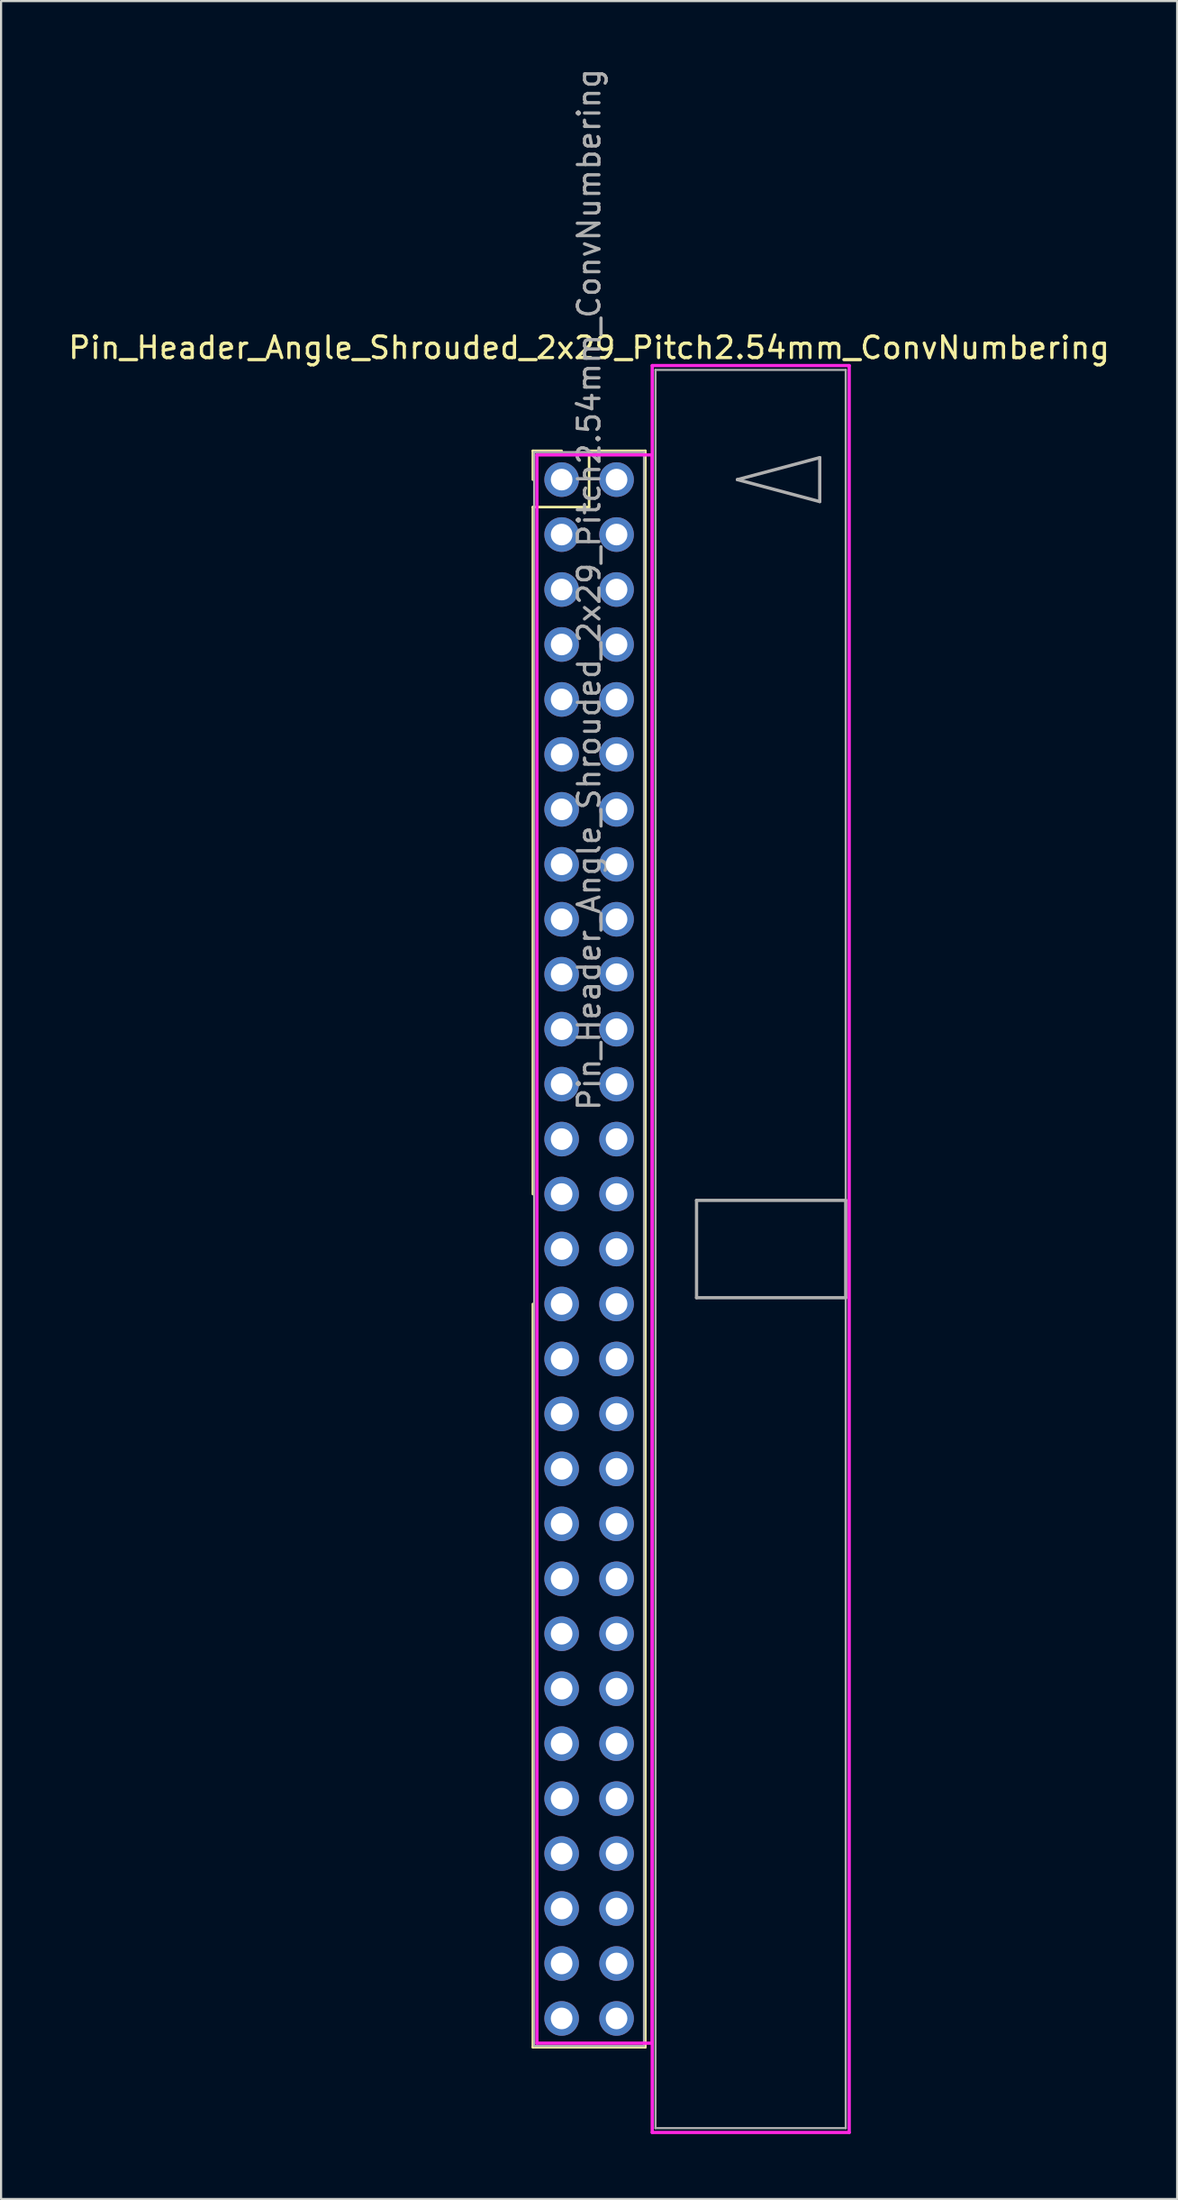
<source format=kicad_pcb>
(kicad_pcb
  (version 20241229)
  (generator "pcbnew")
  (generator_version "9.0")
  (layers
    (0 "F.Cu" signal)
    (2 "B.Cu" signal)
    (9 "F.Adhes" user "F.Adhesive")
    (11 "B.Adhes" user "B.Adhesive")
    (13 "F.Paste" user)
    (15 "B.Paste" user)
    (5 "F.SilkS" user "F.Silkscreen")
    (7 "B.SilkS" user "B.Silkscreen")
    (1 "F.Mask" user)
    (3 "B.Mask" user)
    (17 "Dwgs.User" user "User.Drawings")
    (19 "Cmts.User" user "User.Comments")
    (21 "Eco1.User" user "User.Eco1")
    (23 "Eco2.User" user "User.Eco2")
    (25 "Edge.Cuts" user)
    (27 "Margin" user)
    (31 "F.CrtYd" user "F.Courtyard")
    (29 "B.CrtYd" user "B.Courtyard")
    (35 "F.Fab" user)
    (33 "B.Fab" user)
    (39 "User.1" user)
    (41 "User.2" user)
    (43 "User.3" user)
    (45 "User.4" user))
  (footprint "Pin_Header_Angle_Shrouded_2x29_Pitch2.54mm_ConvNumbering"
    (layer "F.Cu")
    (at 22.926 19.116)
    (property "Reference" "Pin_Header_Angle_Shrouded_2x29_Pitch2.54mm_ConvNumbering" (at 1.27 -6.096 0) (layer "F.SilkS") (effects (font (size 1 1) (thickness 0.15))))
    (attr through_hole)
    (fp_line (start -1.33 -1.33) (end 0 -1.33) (stroke (width 0.12) (type solid)) (layer "F.SilkS"))
    (fp_line (start -1.33 0) (end -1.33 -1.33) (stroke (width 0.12) (type solid)) (layer "F.SilkS"))
    (fp_line (start -1.33 1.27) (end -1.33 33.02) (stroke (width 0.12) (type solid)) (layer "F.SilkS"))
    (fp_line (start -1.33 1.27) (end 1.27 1.27) (stroke (width 0.12) (type solid)) (layer "F.SilkS"))
    (fp_line (start -1.33 38.1) (end -1.33 72.45) (stroke (width 0.12) (type solid)) (layer "F.SilkS"))
    (fp_line (start -1.33 72.45) (end 3.87 72.45) (stroke (width 0.12) (type solid)) (layer "F.SilkS"))
    (fp_line (start 1.27 -1.33) (end 3.87 -1.33) (stroke (width 0.12) (type solid)) (layer "F.SilkS"))
    (fp_line (start 1.27 1.27) (end 1.27 -1.33) (stroke (width 0.12) (type solid)) (layer "F.SilkS"))
    (fp_line (start 3.87 -1.33) (end 3.87 72.45) (stroke (width 0.12) (type solid)) (layer "F.SilkS"))
    (fp_line (start -1.143 -1.143) (end -1.143 72.263) (stroke (width 0.15) (type solid)) (layer "F.CrtYd"))
    (fp_line (start -1.143 72.263) (end 4.19 72.263) (stroke (width 0.15) (type solid)) (layer "F.CrtYd"))
    (fp_line (start 4.19 -5.27) (end 4.19 76.39) (stroke (width 0.15) (type solid)) (layer "F.CrtYd"))
    (fp_line (start 4.19 -1.143) (end -1.143 -1.143) (stroke (width 0.15) (type solid)) (layer "F.CrtYd"))
    (fp_line (start 4.19 72.263) (end 4.19 -1.143) (stroke (width 0.15) (type solid)) (layer "F.CrtYd"))
    (fp_line (start 4.19 76.39) (end 13.3 76.39) (stroke (width 0.15) (type solid)) (layer "F.CrtYd"))
    (fp_line (start 13.3 -5.27) (end 4.19 -5.27) (stroke (width 0.15) (type solid)) (layer "F.CrtYd"))
    (fp_line (start 13.3 76.39) (end 13.3 -5.27) (stroke (width 0.15) (type solid)) (layer "F.CrtYd"))
    (fp_line (start -1.27 -1.27) (end -1.27 72.39) (stroke (width 0.1) (type solid)) (layer "F.Fab"))
    (fp_line (start -1.27 72.39) (end 3.81 72.39) (stroke (width 0.1) (type solid)) (layer "F.Fab"))
    (fp_line (start 3.81 -1.27) (end -1.27 -1.27) (stroke (width 0.1) (type solid)) (layer "F.Fab"))
    (fp_line (start 3.81 72.39) (end 3.81 -1.27) (stroke (width 0.1) (type solid)) (layer "F.Fab"))
    (fp_line (start 4.34 -5.07) (end 4.34 76.19) (stroke (width 0.1) (type solid)) (layer "F.Fab"))
    (fp_line (start 4.34 76.19) (end 13.14 76.19) (stroke (width 0.1) (type solid)) (layer "F.Fab"))
    (fp_line (start 6.24 33.31) (end 6.24 37.81) (stroke (width 0.15) (type solid)) (layer "F.Fab"))
    (fp_line (start 6.24 37.81) (end 13.14 37.81) (stroke (width 0.15) (type solid)) (layer "F.Fab"))
    (fp_line (start 8.128 0) (end 11.938 -1.016) (stroke (width 0.15) (type solid)) (layer "F.Fab"))
    (fp_line (start 11.938 -1.016) (end 11.938 1.016) (stroke (width 0.15) (type solid)) (layer "F.Fab"))
    (fp_line (start 11.938 1.016) (end 8.128 0) (stroke (width 0.15) (type solid)) (layer "F.Fab"))
    (fp_line (start 13.14 -5.07) (end 4.34 -5.07) (stroke (width 0.1) (type solid)) (layer "F.Fab"))
    (fp_line (start 13.14 33.31) (end 6.24 33.31) (stroke (width 0.15) (type solid)) (layer "F.Fab"))
    (fp_line (start 13.14 37.81) (end 13.14 33.31) (stroke (width 0.15) (type solid)) (layer "F.Fab"))
    (fp_line (start 13.14 76.19) (end 13.14 -5.07) (stroke (width 0.1) (type solid)) (layer "F.Fab"))
    (fp_text user "${REFERENCE}" (at 1.27 5.08 90) (layer "F.Fab") (effects (font (size 1 1) (thickness 0.15))))
    (pad "1" thru_hole oval (at 0 0) (size 1.6 1.6) (drill 1) (layers "*.Cu" "*.Mask"))
    (pad "2" thru_hole oval (at 2.54 0) (size 1.6 1.6) (drill 1) (layers "*.Cu" "*.Mask"))
    (pad "3" thru_hole oval (at 0 2.54) (size 1.6 1.6) (drill 1) (layers "*.Cu" "*.Mask"))
    (pad "4" thru_hole oval (at 2.54 2.54) (size 1.6 1.6) (drill 1) (layers "*.Cu" "*.Mask"))
    (pad "5" thru_hole oval (at 0 5.08) (size 1.6 1.6) (drill 1) (layers "*.Cu" "*.Mask"))
    (pad "6" thru_hole oval (at 2.54 5.08) (size 1.6 1.6) (drill 1) (layers "*.Cu" "*.Mask"))
    (pad "7" thru_hole oval (at 0 7.62) (size 1.6 1.6) (drill 1) (layers "*.Cu" "*.Mask"))
    (pad "8" thru_hole oval (at 2.54 7.62) (size 1.6 1.6) (drill 1) (layers "*.Cu" "*.Mask"))
    (pad "9" thru_hole oval (at 0 10.16) (size 1.6 1.6) (drill 1) (layers "*.Cu" "*.Mask"))
    (pad "10" thru_hole oval (at 2.54 10.16) (size 1.6 1.6) (drill 1) (layers "*.Cu" "*.Mask"))
    (pad "11" thru_hole oval (at 0 12.7) (size 1.6 1.6) (drill 1) (layers "*.Cu" "*.Mask"))
    (pad "12" thru_hole oval (at 2.54 12.7) (size 1.6 1.6) (drill 1) (layers "*.Cu" "*.Mask"))
    (pad "13" thru_hole oval (at 0 15.24) (size 1.6 1.6) (drill 1) (layers "*.Cu" "*.Mask"))
    (pad "14" thru_hole oval (at 2.54 15.24) (size 1.6 1.6) (drill 1) (layers "*.Cu" "*.Mask"))
    (pad "15" thru_hole oval (at 0 17.78) (size 1.6 1.6) (drill 1) (layers "*.Cu" "*.Mask"))
    (pad "16" thru_hole oval (at 2.54 17.78) (size 1.6 1.6) (drill 1) (layers "*.Cu" "*.Mask"))
    (pad "17" thru_hole oval (at 0 20.32) (size 1.6 1.6) (drill 1) (layers "*.Cu" "*.Mask"))
    (pad "18" thru_hole oval (at 2.54 20.32) (size 1.6 1.6) (drill 1) (layers "*.Cu" "*.Mask"))
    (pad "19" thru_hole oval (at 0 22.86) (size 1.6 1.6) (drill 1) (layers "*.Cu" "*.Mask"))
    (pad "20" thru_hole oval (at 2.54 22.86) (size 1.6 1.6) (drill 1) (layers "*.Cu" "*.Mask"))
    (pad "21" thru_hole oval (at 0 25.4) (size 1.6 1.6) (drill 1) (layers "*.Cu" "*.Mask"))
    (pad "22" thru_hole oval (at 2.54 25.4) (size 1.6 1.6) (drill 1) (layers "*.Cu" "*.Mask"))
    (pad "23" thru_hole oval (at 0 27.94) (size 1.6 1.6) (drill 1) (layers "*.Cu" "*.Mask"))
    (pad "24" thru_hole oval (at 2.54 27.94) (size 1.6 1.6) (drill 1) (layers "*.Cu" "*.Mask"))
    (pad "25" thru_hole oval (at 0 30.48) (size 1.6 1.6) (drill 1) (layers "*.Cu" "*.Mask"))
    (pad "26" thru_hole oval (at 2.54 30.48) (size 1.6 1.6) (drill 1) (layers "*.Cu" "*.Mask"))
    (pad "27" thru_hole oval (at 0 33.02) (size 1.6 1.6) (drill 1) (layers "*.Cu" "*.Mask"))
    (pad "28" thru_hole oval (at 2.54 33.02) (size 1.6 1.6) (drill 1) (layers "*.Cu" "*.Mask"))
    (pad "29" thru_hole oval (at 0 35.56) (size 1.6 1.6) (drill 1) (layers "*.Cu" "*.Mask"))
    (pad "30" thru_hole oval (at 2.54 35.56) (size 1.6 1.6) (drill 1) (layers "*.Cu" "*.Mask"))
    (pad "31" thru_hole oval (at 0 38.1) (size 1.6 1.6) (drill 1) (layers "*.Cu" "*.Mask"))
    (pad "32" thru_hole oval (at 2.54 38.1) (size 1.6 1.6) (drill 1) (layers "*.Cu" "*.Mask"))
    (pad "33" thru_hole oval (at 0 40.64) (size 1.6 1.6) (drill 1) (layers "*.Cu" "*.Mask"))
    (pad "34" thru_hole oval (at 2.54 40.64) (size 1.6 1.6) (drill 1) (layers "*.Cu" "*.Mask"))
    (pad "35" thru_hole oval (at 0 43.18) (size 1.6 1.6) (drill 1) (layers "*.Cu" "*.Mask"))
    (pad "36" thru_hole oval (at 2.54 43.18) (size 1.6 1.6) (drill 1) (layers "*.Cu" "*.Mask"))
    (pad "37" thru_hole oval (at 0 45.72) (size 1.6 1.6) (drill 1) (layers "*.Cu" "*.Mask"))
    (pad "38" thru_hole oval (at 2.54 45.72) (size 1.6 1.6) (drill 1) (layers "*.Cu" "*.Mask"))
    (pad "39" thru_hole oval (at 0 48.26) (size 1.6 1.6) (drill 1) (layers "*.Cu" "*.Mask"))
    (pad "40" thru_hole oval (at 2.54 48.26) (size 1.6 1.6) (drill 1) (layers "*.Cu" "*.Mask"))
    (pad "41" thru_hole oval (at 0 50.8) (size 1.6 1.6) (drill 1) (layers "*.Cu" "*.Mask"))
    (pad "42" thru_hole oval (at 2.54 50.8) (size 1.6 1.6) (drill 1) (layers "*.Cu" "*.Mask"))
    (pad "43" thru_hole oval (at 0 53.34) (size 1.6 1.6) (drill 1) (layers "*.Cu" "*.Mask"))
    (pad "44" thru_hole oval (at 2.54 53.34) (size 1.6 1.6) (drill 1) (layers "*.Cu" "*.Mask"))
    (pad "45" thru_hole oval (at 0 55.88) (size 1.6 1.6) (drill 1) (layers "*.Cu" "*.Mask"))
    (pad "46" thru_hole oval (at 2.54 55.88) (size 1.6 1.6) (drill 1) (layers "*.Cu" "*.Mask"))
    (pad "47" thru_hole oval (at 0 58.42) (size 1.6 1.6) (drill 1) (layers "*.Cu" "*.Mask"))
    (pad "48" thru_hole oval (at 2.54 58.42) (size 1.6 1.6) (drill 1) (layers "*.Cu" "*.Mask"))
    (pad "49" thru_hole oval (at 0 60.96) (size 1.6 1.6) (drill 1) (layers "*.Cu" "*.Mask"))
    (pad "50" thru_hole oval (at 2.54 60.96) (size 1.6 1.6) (drill 1) (layers "*.Cu" "*.Mask"))
    (pad "51" thru_hole oval (at 0 63.5) (size 1.6 1.6) (drill 1) (layers "*.Cu" "*.Mask"))
    (pad "52" thru_hole oval (at 2.54 63.5) (size 1.6 1.6) (drill 1) (layers "*.Cu" "*.Mask"))
    (pad "53" thru_hole oval (at 0 66.04) (size 1.6 1.6) (drill 1) (layers "*.Cu" "*.Mask"))
    (pad "54" thru_hole oval (at 2.54 66.04) (size 1.6 1.6) (drill 1) (layers "*.Cu" "*.Mask"))
    (pad "55" thru_hole oval (at 0 68.58) (size 1.6 1.6) (drill 1) (layers "*.Cu" "*.Mask"))
    (pad "56" thru_hole oval (at 2.54 68.58) (size 1.6 1.6) (drill 1) (layers "*.Cu" "*.Mask"))
    (pad "57" thru_hole oval (at 0 71.12) (size 1.6 1.6) (drill 1) (layers "*.Cu" "*.Mask"))
    (pad "58" thru_hole oval (at 2.54 71.12) (size 1.6 1.6) (drill 1) (layers "*.Cu" "*.Mask")))
  (gr_rect
    (start -3 -3)
    (end 51.393 98.581)
    (stroke (width 0.1) (type default))
    (fill no)
    (layer "Edge.Cuts")))
</source>
